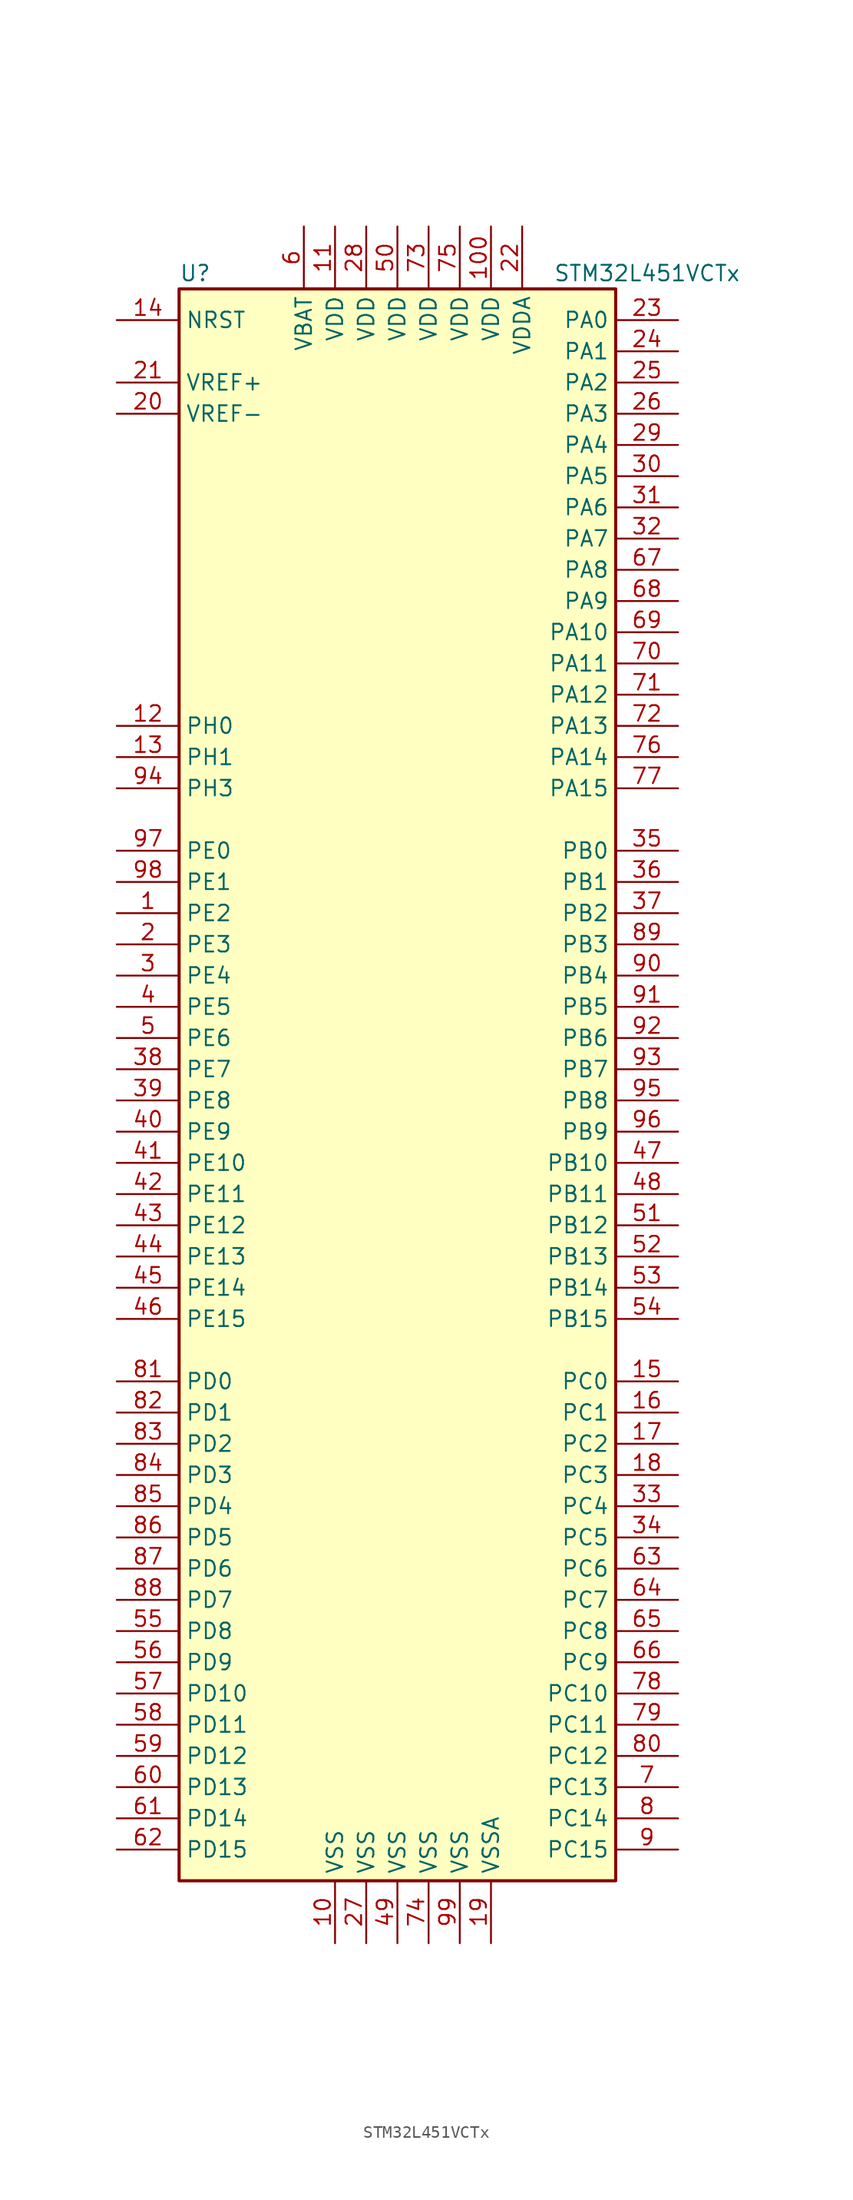
<source format=kicad_sym>
(kicad_symbol_lib
  (version 20220914)
  (generator kicad_symbol_editor)
  (symbol "STM32L451VCTx"
    (property "Reference" "U"
      (at -17.78 64.77 0)
      (effects (font (size 1.27 1.27)) (justify left)))
    (property "Value" "STM32L451VCTx"
      (at 12.7 64.77 0)
      (effects (font (size 1.27 1.27)) (justify left)))
    (symbol "STM32L451VCTx_0_1"
      (rectangle (start -17.78 -66.04) (end 17.78 63.5) (stroke (width 0.254) (type default)) (fill (type background))))
    (symbol "STM32L451VCTx_1_1"
      (pin bidirectional line (at -22.86 12.7 0) (length 5.08) (name "PE2" (effects (font (size 1.27 1.27)))) (number "1" (effects (font (size 1.27 1.27)))))
      (pin power_in line (at -5.08 -71.12 90) (length 5.08) (name "VSS" (effects (font (size 1.27 1.27)))) (number "10" (effects (font (size 1.27 1.27)))))
      (pin power_in line (at 7.62 68.58 270) (length 5.08) (name "VDD" (effects (font (size 1.27 1.27)))) (number "100" (effects (font (size 1.27 1.27)))))
      (pin power_in line (at -5.08 68.58 270) (length 5.08) (name "VDD" (effects (font (size 1.27 1.27)))) (number "11" (effects (font (size 1.27 1.27)))))
      (pin input line (at -22.86 27.94 0) (length 5.08) (name "PH0" (effects (font (size 1.27 1.27)))) (number "12" (effects (font (size 1.27 1.27)))))
      (pin input line (at -22.86 25.4 0) (length 5.08) (name "PH1" (effects (font (size 1.27 1.27)))) (number "13" (effects (font (size 1.27 1.27)))))
      (pin input line (at -22.86 60.96 0) (length 5.08) (name "NRST" (effects (font (size 1.27 1.27)))) (number "14" (effects (font (size 1.27 1.27)))))
      (pin bidirectional line (at 22.86 -25.4 180) (length 5.08) (name "PC0" (effects (font (size 1.27 1.27)))) (number "15" (effects (font (size 1.27 1.27)))))
      (pin bidirectional line (at 22.86 -27.94 180) (length 5.08) (name "PC1" (effects (font (size 1.27 1.27)))) (number "16" (effects (font (size 1.27 1.27)))))
      (pin bidirectional line (at 22.86 -30.48 180) (length 5.08) (name "PC2" (effects (font (size 1.27 1.27)))) (number "17" (effects (font (size 1.27 1.27)))))
      (pin bidirectional line (at 22.86 -33.02 180) (length 5.08) (name "PC3" (effects (font (size 1.27 1.27)))) (number "18" (effects (font (size 1.27 1.27)))))
      (pin power_in line (at 7.62 -71.12 90) (length 5.08) (name "VSSA" (effects (font (size 1.27 1.27)))) (number "19" (effects (font (size 1.27 1.27)))))
      (pin bidirectional line (at -22.86 10.16 0) (length 5.08) (name "PE3" (effects (font (size 1.27 1.27)))) (number "2" (effects (font (size 1.27 1.27)))))
      (pin power_in line (at -22.86 53.34 0) (length 5.08) (name "VREF-" (effects (font (size 1.27 1.27)))) (number "20" (effects (font (size 1.27 1.27)))))
      (pin bidirectional line (at -22.86 55.88 0) (length 5.08) (name "VREF+" (effects (font (size 1.27 1.27)))) (number "21" (effects (font (size 1.27 1.27)))))
      (pin power_in line (at 10.16 68.58 270) (length 5.08) (name "VDDA" (effects (font (size 1.27 1.27)))) (number "22" (effects (font (size 1.27 1.27)))))
      (pin bidirectional line (at 22.86 60.96 180) (length 5.08) (name "PA0" (effects (font (size 1.27 1.27)))) (number "23" (effects (font (size 1.27 1.27)))))
      (pin bidirectional line (at 22.86 58.42 180) (length 5.08) (name "PA1" (effects (font (size 1.27 1.27)))) (number "24" (effects (font (size 1.27 1.27)))))
      (pin bidirectional line (at 22.86 55.88 180) (length 5.08) (name "PA2" (effects (font (size 1.27 1.27)))) (number "25" (effects (font (size 1.27 1.27)))))
      (pin bidirectional line (at 22.86 53.34 180) (length 5.08) (name "PA3" (effects (font (size 1.27 1.27)))) (number "26" (effects (font (size 1.27 1.27)))))
      (pin power_in line (at -2.54 -71.12 90) (length 5.08) (name "VSS" (effects (font (size 1.27 1.27)))) (number "27" (effects (font (size 1.27 1.27)))))
      (pin power_in line (at -2.54 68.58 270) (length 5.08) (name "VDD" (effects (font (size 1.27 1.27)))) (number "28" (effects (font (size 1.27 1.27)))))
      (pin bidirectional line (at 22.86 50.8 180) (length 5.08) (name "PA4" (effects (font (size 1.27 1.27)))) (number "29" (effects (font (size 1.27 1.27)))))
      (pin bidirectional line (at -22.86 7.62 0) (length 5.08) (name "PE4" (effects (font (size 1.27 1.27)))) (number "3" (effects (font (size 1.27 1.27)))))
      (pin bidirectional line (at 22.86 48.26 180) (length 5.08) (name "PA5" (effects (font (size 1.27 1.27)))) (number "30" (effects (font (size 1.27 1.27)))))
      (pin bidirectional line (at 22.86 45.72 180) (length 5.08) (name "PA6" (effects (font (size 1.27 1.27)))) (number "31" (effects (font (size 1.27 1.27)))))
      (pin bidirectional line (at 22.86 43.18 180) (length 5.08) (name "PA7" (effects (font (size 1.27 1.27)))) (number "32" (effects (font (size 1.27 1.27)))))
      (pin bidirectional line (at 22.86 -35.56 180) (length 5.08) (name "PC4" (effects (font (size 1.27 1.27)))) (number "33" (effects (font (size 1.27 1.27)))))
      (pin bidirectional line (at 22.86 -38.1 180) (length 5.08) (name "PC5" (effects (font (size 1.27 1.27)))) (number "34" (effects (font (size 1.27 1.27)))))
      (pin bidirectional line (at 22.86 17.78 180) (length 5.08) (name "PB0" (effects (font (size 1.27 1.27)))) (number "35" (effects (font (size 1.27 1.27)))))
      (pin bidirectional line (at 22.86 15.24 180) (length 5.08) (name "PB1" (effects (font (size 1.27 1.27)))) (number "36" (effects (font (size 1.27 1.27)))))
      (pin bidirectional line (at 22.86 12.7 180) (length 5.08) (name "PB2" (effects (font (size 1.27 1.27)))) (number "37" (effects (font (size 1.27 1.27)))))
      (pin bidirectional line (at -22.86 0 0) (length 5.08) (name "PE7" (effects (font (size 1.27 1.27)))) (number "38" (effects (font (size 1.27 1.27)))))
      (pin bidirectional line (at -22.86 -2.54 0) (length 5.08) (name "PE8" (effects (font (size 1.27 1.27)))) (number "39" (effects (font (size 1.27 1.27)))))
      (pin bidirectional line (at -22.86 5.08 0) (length 5.08) (name "PE5" (effects (font (size 1.27 1.27)))) (number "4" (effects (font (size 1.27 1.27)))))
      (pin bidirectional line (at -22.86 -5.08 0) (length 5.08) (name "PE9" (effects (font (size 1.27 1.27)))) (number "40" (effects (font (size 1.27 1.27)))))
      (pin bidirectional line (at -22.86 -7.62 0) (length 5.08) (name "PE10" (effects (font (size 1.27 1.27)))) (number "41" (effects (font (size 1.27 1.27)))))
      (pin bidirectional line (at -22.86 -10.16 0) (length 5.08) (name "PE11" (effects (font (size 1.27 1.27)))) (number "42" (effects (font (size 1.27 1.27)))))
      (pin bidirectional line (at -22.86 -12.7 0) (length 5.08) (name "PE12" (effects (font (size 1.27 1.27)))) (number "43" (effects (font (size 1.27 1.27)))))
      (pin bidirectional line (at -22.86 -15.24 0) (length 5.08) (name "PE13" (effects (font (size 1.27 1.27)))) (number "44" (effects (font (size 1.27 1.27)))))
      (pin bidirectional line (at -22.86 -17.78 0) (length 5.08) (name "PE14" (effects (font (size 1.27 1.27)))) (number "45" (effects (font (size 1.27 1.27)))))
      (pin bidirectional line (at -22.86 -20.32 0) (length 5.08) (name "PE15" (effects (font (size 1.27 1.27)))) (number "46" (effects (font (size 1.27 1.27)))))
      (pin bidirectional line (at 22.86 -7.62 180) (length 5.08) (name "PB10" (effects (font (size 1.27 1.27)))) (number "47" (effects (font (size 1.27 1.27)))))
      (pin bidirectional line (at 22.86 -10.16 180) (length 5.08) (name "PB11" (effects (font (size 1.27 1.27)))) (number "48" (effects (font (size 1.27 1.27)))))
      (pin power_in line (at 0 -71.12 90) (length 5.08) (name "VSS" (effects (font (size 1.27 1.27)))) (number "49" (effects (font (size 1.27 1.27)))))
      (pin bidirectional line (at -22.86 2.54 0) (length 5.08) (name "PE6" (effects (font (size 1.27 1.27)))) (number "5" (effects (font (size 1.27 1.27)))))
      (pin power_in line (at 0 68.58 270) (length 5.08) (name "VDD" (effects (font (size 1.27 1.27)))) (number "50" (effects (font (size 1.27 1.27)))))
      (pin bidirectional line (at 22.86 -12.7 180) (length 5.08) (name "PB12" (effects (font (size 1.27 1.27)))) (number "51" (effects (font (size 1.27 1.27)))))
      (pin bidirectional line (at 22.86 -15.24 180) (length 5.08) (name "PB13" (effects (font (size 1.27 1.27)))) (number "52" (effects (font (size 1.27 1.27)))))
      (pin bidirectional line (at 22.86 -17.78 180) (length 5.08) (name "PB14" (effects (font (size 1.27 1.27)))) (number "53" (effects (font (size 1.27 1.27)))))
      (pin bidirectional line (at 22.86 -20.32 180) (length 5.08) (name "PB15" (effects (font (size 1.27 1.27)))) (number "54" (effects (font (size 1.27 1.27)))))
      (pin bidirectional line (at -22.86 -45.72 0) (length 5.08) (name "PD8" (effects (font (size 1.27 1.27)))) (number "55" (effects (font (size 1.27 1.27)))))
      (pin bidirectional line (at -22.86 -48.26 0) (length 5.08) (name "PD9" (effects (font (size 1.27 1.27)))) (number "56" (effects (font (size 1.27 1.27)))))
      (pin bidirectional line (at -22.86 -50.8 0) (length 5.08) (name "PD10" (effects (font (size 1.27 1.27)))) (number "57" (effects (font (size 1.27 1.27)))))
      (pin bidirectional line (at -22.86 -53.34 0) (length 5.08) (name "PD11" (effects (font (size 1.27 1.27)))) (number "58" (effects (font (size 1.27 1.27)))))
      (pin bidirectional line (at -22.86 -55.88 0) (length 5.08) (name "PD12" (effects (font (size 1.27 1.27)))) (number "59" (effects (font (size 1.27 1.27)))))
      (pin power_in line (at -7.62 68.58 270) (length 5.08) (name "VBAT" (effects (font (size 1.27 1.27)))) (number "6" (effects (font (size 1.27 1.27)))))
      (pin bidirectional line (at -22.86 -58.42 0) (length 5.08) (name "PD13" (effects (font (size 1.27 1.27)))) (number "60" (effects (font (size 1.27 1.27)))))
      (pin bidirectional line (at -22.86 -60.96 0) (length 5.08) (name "PD14" (effects (font (size 1.27 1.27)))) (number "61" (effects (font (size 1.27 1.27)))))
      (pin bidirectional line (at -22.86 -63.5 0) (length 5.08) (name "PD15" (effects (font (size 1.27 1.27)))) (number "62" (effects (font (size 1.27 1.27)))))
      (pin bidirectional line (at 22.86 -40.64 180) (length 5.08) (name "PC6" (effects (font (size 1.27 1.27)))) (number "63" (effects (font (size 1.27 1.27)))))
      (pin bidirectional line (at 22.86 -43.18 180) (length 5.08) (name "PC7" (effects (font (size 1.27 1.27)))) (number "64" (effects (font (size 1.27 1.27)))))
      (pin bidirectional line (at 22.86 -45.72 180) (length 5.08) (name "PC8" (effects (font (size 1.27 1.27)))) (number "65" (effects (font (size 1.27 1.27)))))
      (pin bidirectional line (at 22.86 -48.26 180) (length 5.08) (name "PC9" (effects (font (size 1.27 1.27)))) (number "66" (effects (font (size 1.27 1.27)))))
      (pin bidirectional line (at 22.86 40.64 180) (length 5.08) (name "PA8" (effects (font (size 1.27 1.27)))) (number "67" (effects (font (size 1.27 1.27)))))
      (pin bidirectional line (at 22.86 38.1 180) (length 5.08) (name "PA9" (effects (font (size 1.27 1.27)))) (number "68" (effects (font (size 1.27 1.27)))))
      (pin bidirectional line (at 22.86 35.56 180) (length 5.08) (name "PA10" (effects (font (size 1.27 1.27)))) (number "69" (effects (font (size 1.27 1.27)))))
      (pin bidirectional line (at 22.86 -58.42 180) (length 5.08) (name "PC13" (effects (font (size 1.27 1.27)))) (number "7" (effects (font (size 1.27 1.27)))))
      (pin bidirectional line (at 22.86 33.02 180) (length 5.08) (name "PA11" (effects (font (size 1.27 1.27)))) (number "70" (effects (font (size 1.27 1.27)))))
      (pin bidirectional line (at 22.86 30.48 180) (length 5.08) (name "PA12" (effects (font (size 1.27 1.27)))) (number "71" (effects (font (size 1.27 1.27)))))
      (pin bidirectional line (at 22.86 27.94 180) (length 5.08) (name "PA13" (effects (font (size 1.27 1.27)))) (number "72" (effects (font (size 1.27 1.27)))))
      (pin power_in line (at 2.54 68.58 270) (length 5.08) (name "VDD" (effects (font (size 1.27 1.27)))) (number "73" (effects (font (size 1.27 1.27)))))
      (pin power_in line (at 2.54 -71.12 90) (length 5.08) (name "VSS" (effects (font (size 1.27 1.27)))) (number "74" (effects (font (size 1.27 1.27)))))
      (pin power_in line (at 5.08 68.58 270) (length 5.08) (name "VDD" (effects (font (size 1.27 1.27)))) (number "75" (effects (font (size 1.27 1.27)))))
      (pin bidirectional line (at 22.86 25.4 180) (length 5.08) (name "PA14" (effects (font (size 1.27 1.27)))) (number "76" (effects (font (size 1.27 1.27)))))
      (pin bidirectional line (at 22.86 22.86 180) (length 5.08) (name "PA15" (effects (font (size 1.27 1.27)))) (number "77" (effects (font (size 1.27 1.27)))))
      (pin bidirectional line (at 22.86 -50.8 180) (length 5.08) (name "PC10" (effects (font (size 1.27 1.27)))) (number "78" (effects (font (size 1.27 1.27)))))
      (pin bidirectional line (at 22.86 -53.34 180) (length 5.08) (name "PC11" (effects (font (size 1.27 1.27)))) (number "79" (effects (font (size 1.27 1.27)))))
      (pin bidirectional line (at 22.86 -60.96 180) (length 5.08) (name "PC14" (effects (font (size 1.27 1.27)))) (number "8" (effects (font (size 1.27 1.27)))))
      (pin bidirectional line (at 22.86 -55.88 180) (length 5.08) (name "PC12" (effects (font (size 1.27 1.27)))) (number "80" (effects (font (size 1.27 1.27)))))
      (pin bidirectional line (at -22.86 -25.4 0) (length 5.08) (name "PD0" (effects (font (size 1.27 1.27)))) (number "81" (effects (font (size 1.27 1.27)))))
      (pin bidirectional line (at -22.86 -27.94 0) (length 5.08) (name "PD1" (effects (font (size 1.27 1.27)))) (number "82" (effects (font (size 1.27 1.27)))))
      (pin bidirectional line (at -22.86 -30.48 0) (length 5.08) (name "PD2" (effects (font (size 1.27 1.27)))) (number "83" (effects (font (size 1.27 1.27)))))
      (pin bidirectional line (at -22.86 -33.02 0) (length 5.08) (name "PD3" (effects (font (size 1.27 1.27)))) (number "84" (effects (font (size 1.27 1.27)))))
      (pin bidirectional line (at -22.86 -35.56 0) (length 5.08) (name "PD4" (effects (font (size 1.27 1.27)))) (number "85" (effects (font (size 1.27 1.27)))))
      (pin bidirectional line (at -22.86 -38.1 0) (length 5.08) (name "PD5" (effects (font (size 1.27 1.27)))) (number "86" (effects (font (size 1.27 1.27)))))
      (pin bidirectional line (at -22.86 -40.64 0) (length 5.08) (name "PD6" (effects (font (size 1.27 1.27)))) (number "87" (effects (font (size 1.27 1.27)))))
      (pin bidirectional line (at -22.86 -43.18 0) (length 5.08) (name "PD7" (effects (font (size 1.27 1.27)))) (number "88" (effects (font (size 1.27 1.27)))))
      (pin bidirectional line (at 22.86 10.16 180) (length 5.08) (name "PB3" (effects (font (size 1.27 1.27)))) (number "89" (effects (font (size 1.27 1.27)))))
      (pin bidirectional line (at 22.86 -63.5 180) (length 5.08) (name "PC15" (effects (font (size 1.27 1.27)))) (number "9" (effects (font (size 1.27 1.27)))))
      (pin bidirectional line (at 22.86 7.62 180) (length 5.08) (name "PB4" (effects (font (size 1.27 1.27)))) (number "90" (effects (font (size 1.27 1.27)))))
      (pin bidirectional line (at 22.86 5.08 180) (length 5.08) (name "PB5" (effects (font (size 1.27 1.27)))) (number "91" (effects (font (size 1.27 1.27)))))
      (pin bidirectional line (at 22.86 2.54 180) (length 5.08) (name "PB6" (effects (font (size 1.27 1.27)))) (number "92" (effects (font (size 1.27 1.27)))))
      (pin bidirectional line (at 22.86 0 180) (length 5.08) (name "PB7" (effects (font (size 1.27 1.27)))) (number "93" (effects (font (size 1.27 1.27)))))
      (pin bidirectional line (at -22.86 22.86 0) (length 5.08) (name "PH3" (effects (font (size 1.27 1.27)))) (number "94" (effects (font (size 1.27 1.27)))))
      (pin bidirectional line (at 22.86 -2.54 180) (length 5.08) (name "PB8" (effects (font (size 1.27 1.27)))) (number "95" (effects (font (size 1.27 1.27)))))
      (pin bidirectional line (at 22.86 -5.08 180) (length 5.08) (name "PB9" (effects (font (size 1.27 1.27)))) (number "96" (effects (font (size 1.27 1.27)))))
      (pin bidirectional line (at -22.86 17.78 0) (length 5.08) (name "PE0" (effects (font (size 1.27 1.27)))) (number "97" (effects (font (size 1.27 1.27)))))
      (pin bidirectional line (at -22.86 15.24 0) (length 5.08) (name "PE1" (effects (font (size 1.27 1.27)))) (number "98" (effects (font (size 1.27 1.27)))))
      (pin power_in line (at 5.08 -71.12 90) (length 5.08) (name "VSS" (effects (font (size 1.27 1.27)))) (number "99" (effects (font (size 1.27 1.27))))))))
</source>
